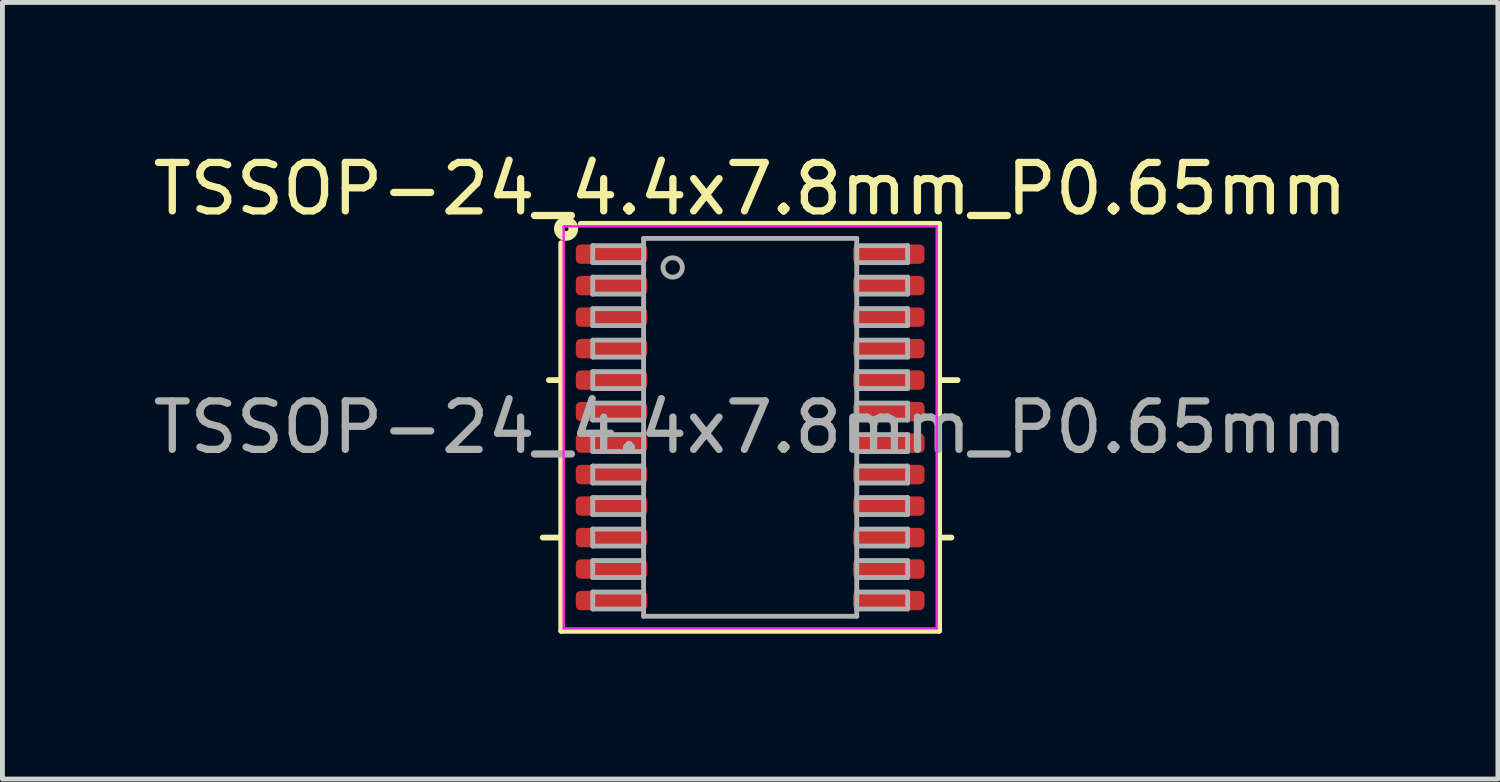
<source format=kicad_pcb>
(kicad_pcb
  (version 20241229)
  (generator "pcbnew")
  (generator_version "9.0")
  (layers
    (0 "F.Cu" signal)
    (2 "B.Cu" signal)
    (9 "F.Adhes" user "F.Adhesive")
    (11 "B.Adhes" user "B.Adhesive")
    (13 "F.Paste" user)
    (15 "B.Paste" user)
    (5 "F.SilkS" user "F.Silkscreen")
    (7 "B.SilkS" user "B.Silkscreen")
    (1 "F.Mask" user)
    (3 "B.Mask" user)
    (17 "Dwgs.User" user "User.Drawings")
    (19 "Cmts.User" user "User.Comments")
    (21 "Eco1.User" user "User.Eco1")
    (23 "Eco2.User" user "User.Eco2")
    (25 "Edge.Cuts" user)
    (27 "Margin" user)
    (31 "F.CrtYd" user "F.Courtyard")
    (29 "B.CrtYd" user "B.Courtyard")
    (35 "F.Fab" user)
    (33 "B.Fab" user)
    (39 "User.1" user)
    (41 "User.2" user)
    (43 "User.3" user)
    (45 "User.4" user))
  (footprint "TSSOP-24_4.4x7.8mm_P0.65mm"
    (layer "F.Cu")
    (at 12.435 5.771)
    (property "Reference" "TSSOP-24_4.4x7.8mm_P0.65mm" (at 0 -4.923 0) (layer "F.SilkS") (effects (font (size 1 1) (thickness 0.15))))
    (attr smd)
    (fp_line (start -3.9 -3.8) (end -3.9 4.2) (stroke (width 0.12) (type solid)) (layer "F.SilkS"))
    (fp_line (start -3.9 -0.975) (end -4.154 -0.975) (stroke (width 0.12) (type solid)) (layer "F.SilkS"))
    (fp_line (start -3.9 2.275) (end -4.281 2.275) (stroke (width 0.12) (type solid)) (layer "F.SilkS"))
    (fp_line (start -3.9 4.2) (end 3.9 4.2) (stroke (width 0.12) (type solid)) (layer "F.SilkS"))
    (fp_line (start 3.9 -4.2) (end -3.5 -4.2) (stroke (width 0.12) (type solid)) (layer "F.SilkS"))
    (fp_line (start 3.9 -0.975) (end 4.281 -0.975) (stroke (width 0.12) (type solid)) (layer "F.SilkS"))
    (fp_line (start 3.9 2.275) (end 4.154 2.275) (stroke (width 0.12) (type solid)) (layer "F.SilkS"))
    (fp_line (start 3.9 4.2) (end 3.9 -4.2) (stroke (width 0.12) (type solid)) (layer "F.SilkS"))
    (fp_circle (center -3.8 -4.1) (end -3.75 -4.1) (stroke (width 0.2) (type solid)) (fill no) (layer "F.SilkS"))
    (fp_line (start -3.85 -4.15) (end -3.85 4.15) (stroke (width 0.05) (type solid)) (layer "F.CrtYd"))
    (fp_line (start -3.85 4.15) (end 3.85 4.15) (stroke (width 0.05) (type solid)) (layer "F.CrtYd"))
    (fp_line (start 3.85 -4.15) (end -3.85 -4.15) (stroke (width 0.05) (type solid)) (layer "F.CrtYd"))
    (fp_line (start 3.85 4.15) (end 3.85 -4.15) (stroke (width 0.05) (type solid)) (layer "F.CrtYd"))
    (fp_line (start -3.25 -3.75) (end -3.25 -3.4) (stroke (width 0.1) (type solid)) (layer "F.Fab"))
    (fp_line (start -3.25 -3.75) (end -2.2 -3.75) (stroke (width 0.1) (type solid)) (layer "F.Fab"))
    (fp_line (start -3.25 -3.4) (end -2.2 -3.4) (stroke (width 0.1) (type solid)) (layer "F.Fab"))
    (fp_line (start -3.25 -3.1) (end -3.25 -2.75) (stroke (width 0.1) (type solid)) (layer "F.Fab"))
    (fp_line (start -3.25 -3.1) (end -2.2 -3.1) (stroke (width 0.1) (type solid)) (layer "F.Fab"))
    (fp_line (start -3.25 -2.75) (end -2.2 -2.75) (stroke (width 0.1) (type solid)) (layer "F.Fab"))
    (fp_line (start -3.25 -2.45) (end -3.25 -2.1) (stroke (width 0.1) (type solid)) (layer "F.Fab"))
    (fp_line (start -3.25 -2.45) (end -2.2 -2.45) (stroke (width 0.1) (type solid)) (layer "F.Fab"))
    (fp_line (start -3.25 -2.1) (end -2.2 -2.1) (stroke (width 0.1) (type solid)) (layer "F.Fab"))
    (fp_line (start -3.25 -1.8) (end -3.25 -1.45) (stroke (width 0.1) (type solid)) (layer "F.Fab"))
    (fp_line (start -3.25 -1.8) (end -2.2 -1.8) (stroke (width 0.1) (type solid)) (layer "F.Fab"))
    (fp_line (start -3.25 -1.45) (end -2.2 -1.45) (stroke (width 0.1) (type solid)) (layer "F.Fab"))
    (fp_line (start -3.25 -1.15) (end -3.25 -0.8) (stroke (width 0.1) (type solid)) (layer "F.Fab"))
    (fp_line (start -3.25 -1.15) (end -2.2 -1.15) (stroke (width 0.1) (type solid)) (layer "F.Fab"))
    (fp_line (start -3.25 -0.8) (end -2.2 -0.8) (stroke (width 0.1) (type solid)) (layer "F.Fab"))
    (fp_line (start -3.25 -0.5) (end -3.25 -0.15) (stroke (width 0.1) (type solid)) (layer "F.Fab"))
    (fp_line (start -3.25 -0.5) (end -2.2 -0.5) (stroke (width 0.1) (type solid)) (layer "F.Fab"))
    (fp_line (start -3.25 -0.15) (end -2.2 -0.15) (stroke (width 0.1) (type solid)) (layer "F.Fab"))
    (fp_line (start -3.25 0.15) (end -3.25 0.5) (stroke (width 0.1) (type solid)) (layer "F.Fab"))
    (fp_line (start -3.25 0.15) (end -2.2 0.15) (stroke (width 0.1) (type solid)) (layer "F.Fab"))
    (fp_line (start -3.25 0.5) (end -2.2 0.5) (stroke (width 0.1) (type solid)) (layer "F.Fab"))
    (fp_line (start -3.25 0.8) (end -3.25 1.15) (stroke (width 0.1) (type solid)) (layer "F.Fab"))
    (fp_line (start -3.25 0.8) (end -2.2 0.8) (stroke (width 0.1) (type solid)) (layer "F.Fab"))
    (fp_line (start -3.25 1.15) (end -2.2 1.15) (stroke (width 0.1) (type solid)) (layer "F.Fab"))
    (fp_line (start -3.25 1.45) (end -3.25 1.8) (stroke (width 0.1) (type solid)) (layer "F.Fab"))
    (fp_line (start -3.25 1.45) (end -2.2 1.45) (stroke (width 0.1) (type solid)) (layer "F.Fab"))
    (fp_line (start -3.25 1.8) (end -2.2 1.8) (stroke (width 0.1) (type solid)) (layer "F.Fab"))
    (fp_line (start -3.25 2.1) (end -3.25 2.45) (stroke (width 0.1) (type solid)) (layer "F.Fab"))
    (fp_line (start -3.25 2.1) (end -2.2 2.1) (stroke (width 0.1) (type solid)) (layer "F.Fab"))
    (fp_line (start -3.25 2.45) (end -2.2 2.45) (stroke (width 0.1) (type solid)) (layer "F.Fab"))
    (fp_line (start -3.25 2.75) (end -3.25 3.1) (stroke (width 0.1) (type solid)) (layer "F.Fab"))
    (fp_line (start -3.25 2.75) (end -2.2 2.75) (stroke (width 0.1) (type solid)) (layer "F.Fab"))
    (fp_line (start -3.25 3.1) (end -2.2 3.1) (stroke (width 0.1) (type solid)) (layer "F.Fab"))
    (fp_line (start -3.25 3.4) (end -3.25 3.75) (stroke (width 0.1) (type solid)) (layer "F.Fab"))
    (fp_line (start -3.25 3.4) (end -2.2 3.4) (stroke (width 0.1) (type solid)) (layer "F.Fab"))
    (fp_line (start -3.25 3.75) (end -2.2 3.75) (stroke (width 0.1) (type solid)) (layer "F.Fab"))
    (fp_line (start -2.2 -3.9) (end 2.2 -3.9) (stroke (width 0.1) (type solid)) (layer "F.Fab"))
    (fp_line (start -2.2 3.9) (end -2.2 -3.9) (stroke (width 0.1) (type solid)) (layer "F.Fab"))
    (fp_line (start 2.2 -3.9) (end 2.2 3.9) (stroke (width 0.1) (type solid)) (layer "F.Fab"))
    (fp_line (start 2.2 3.9) (end -2.2 3.9) (stroke (width 0.1) (type solid)) (layer "F.Fab"))
    (fp_line (start 3.25 -3.75) (end 2.2 -3.75) (stroke (width 0.1) (type solid)) (layer "F.Fab"))
    (fp_line (start 3.25 -3.4) (end 2.2 -3.4) (stroke (width 0.1) (type solid)) (layer "F.Fab"))
    (fp_line (start 3.25 -3.4) (end 3.25 -3.75) (stroke (width 0.1) (type solid)) (layer "F.Fab"))
    (fp_line (start 3.25 -3.1) (end 2.2 -3.1) (stroke (width 0.1) (type solid)) (layer "F.Fab"))
    (fp_line (start 3.25 -2.75) (end 2.2 -2.75) (stroke (width 0.1) (type solid)) (layer "F.Fab"))
    (fp_line (start 3.25 -2.75) (end 3.25 -3.1) (stroke (width 0.1) (type solid)) (layer "F.Fab"))
    (fp_line (start 3.25 -2.45) (end 2.2 -2.45) (stroke (width 0.1) (type solid)) (layer "F.Fab"))
    (fp_line (start 3.25 -2.1) (end 2.2 -2.1) (stroke (width 0.1) (type solid)) (layer "F.Fab"))
    (fp_line (start 3.25 -2.1) (end 3.25 -2.45) (stroke (width 0.1) (type solid)) (layer "F.Fab"))
    (fp_line (start 3.25 -1.8) (end 2.2 -1.8) (stroke (width 0.1) (type solid)) (layer "F.Fab"))
    (fp_line (start 3.25 -1.45) (end 2.2 -1.45) (stroke (width 0.1) (type solid)) (layer "F.Fab"))
    (fp_line (start 3.25 -1.45) (end 3.25 -1.8) (stroke (width 0.1) (type solid)) (layer "F.Fab"))
    (fp_line (start 3.25 -1.15) (end 2.2 -1.15) (stroke (width 0.1) (type solid)) (layer "F.Fab"))
    (fp_line (start 3.25 -0.8) (end 2.2 -0.8) (stroke (width 0.1) (type solid)) (layer "F.Fab"))
    (fp_line (start 3.25 -0.8) (end 3.25 -1.15) (stroke (width 0.1) (type solid)) (layer "F.Fab"))
    (fp_line (start 3.25 -0.5) (end 2.2 -0.5) (stroke (width 0.1) (type solid)) (layer "F.Fab"))
    (fp_line (start 3.25 -0.15) (end 2.2 -0.15) (stroke (width 0.1) (type solid)) (layer "F.Fab"))
    (fp_line (start 3.25 -0.15) (end 3.25 -0.5) (stroke (width 0.1) (type solid)) (layer "F.Fab"))
    (fp_line (start 3.25 0.15) (end 2.2 0.15) (stroke (width 0.1) (type solid)) (layer "F.Fab"))
    (fp_line (start 3.25 0.5) (end 2.2 0.5) (stroke (width 0.1) (type solid)) (layer "F.Fab"))
    (fp_line (start 3.25 0.5) (end 3.25 0.15) (stroke (width 0.1) (type solid)) (layer "F.Fab"))
    (fp_line (start 3.25 0.8) (end 2.2 0.8) (stroke (width 0.1) (type solid)) (layer "F.Fab"))
    (fp_line (start 3.25 1.15) (end 2.2 1.15) (stroke (width 0.1) (type solid)) (layer "F.Fab"))
    (fp_line (start 3.25 1.15) (end 3.25 0.8) (stroke (width 0.1) (type solid)) (layer "F.Fab"))
    (fp_line (start 3.25 1.45) (end 2.2 1.45) (stroke (width 0.1) (type solid)) (layer "F.Fab"))
    (fp_line (start 3.25 1.8) (end 2.2 1.8) (stroke (width 0.1) (type solid)) (layer "F.Fab"))
    (fp_line (start 3.25 1.8) (end 3.25 1.45) (stroke (width 0.1) (type solid)) (layer "F.Fab"))
    (fp_line (start 3.25 2.1) (end 2.2 2.1) (stroke (width 0.1) (type solid)) (layer "F.Fab"))
    (fp_line (start 3.25 2.45) (end 2.2 2.45) (stroke (width 0.1) (type solid)) (layer "F.Fab"))
    (fp_line (start 3.25 2.45) (end 3.25 2.1) (stroke (width 0.1) (type solid)) (layer "F.Fab"))
    (fp_line (start 3.25 2.75) (end 2.2 2.75) (stroke (width 0.1) (type solid)) (layer "F.Fab"))
    (fp_line (start 3.25 3.1) (end 2.2 3.1) (stroke (width 0.1) (type solid)) (layer "F.Fab"))
    (fp_line (start 3.25 3.1) (end 3.25 2.75) (stroke (width 0.1) (type solid)) (layer "F.Fab"))
    (fp_line (start 3.25 3.4) (end 2.2 3.4) (stroke (width 0.1) (type solid)) (layer "F.Fab"))
    (fp_line (start 3.25 3.75) (end 2.2 3.75) (stroke (width 0.1) (type solid)) (layer "F.Fab"))
    (fp_line (start 3.25 3.75) (end 3.25 3.4) (stroke (width 0.1) (type solid)) (layer "F.Fab"))
    (fp_circle (center -1.6 -3.3) (end -1.4 -3.3) (stroke (width 0.1) (type solid)) (fill no) (layer "F.Fab"))
    (fp_text user "${REFERENCE}" (at 0 0 0) (layer "F.Fab") (effects (font (size 1 1) (thickness 0.15))))
    (pad "1" smd roundrect (at -2.862 -3.575) (size 1.475 0.4) (layers "F.Cu" "F.Mask" "F.Paste") (roundrect_rratio 0.25))
    (pad "2" smd roundrect (at -2.862 -2.925) (size 1.475 0.4) (layers "F.Cu" "F.Mask" "F.Paste") (roundrect_rratio 0.25))
    (pad "3" smd roundrect (at -2.862 -2.275) (size 1.475 0.4) (layers "F.Cu" "F.Mask" "F.Paste") (roundrect_rratio 0.25))
    (pad "4" smd roundrect (at -2.862 -1.625) (size 1.475 0.4) (layers "F.Cu" "F.Mask" "F.Paste") (roundrect_rratio 0.25))
    (pad "5" smd roundrect (at -2.862 -0.975) (size 1.475 0.4) (layers "F.Cu" "F.Mask" "F.Paste") (roundrect_rratio 0.25))
    (pad "6" smd roundrect (at -2.862 -0.325) (size 1.475 0.4) (layers "F.Cu" "F.Mask" "F.Paste") (roundrect_rratio 0.25))
    (pad "7" smd roundrect (at -2.862 0.325) (size 1.475 0.4) (layers "F.Cu" "F.Mask" "F.Paste") (roundrect_rratio 0.25))
    (pad "8" smd roundrect (at -2.862 0.975) (size 1.475 0.4) (layers "F.Cu" "F.Mask" "F.Paste") (roundrect_rratio 0.25))
    (pad "9" smd roundrect (at -2.862 1.625) (size 1.475 0.4) (layers "F.Cu" "F.Mask" "F.Paste") (roundrect_rratio 0.25))
    (pad "10" smd roundrect (at -2.862 2.275) (size 1.475 0.4) (layers "F.Cu" "F.Mask" "F.Paste") (roundrect_rratio 0.25))
    (pad "11" smd roundrect (at -2.862 2.925) (size 1.475 0.4) (layers "F.Cu" "F.Mask" "F.Paste") (roundrect_rratio 0.25))
    (pad "12" smd roundrect (at -2.862 3.575) (size 1.475 0.4) (layers "F.Cu" "F.Mask" "F.Paste") (roundrect_rratio 0.25))
    (pad "13" smd roundrect (at 2.862 3.575) (size 1.475 0.4) (layers "F.Cu" "F.Mask" "F.Paste") (roundrect_rratio 0.25))
    (pad "14" smd roundrect (at 2.862 2.925) (size 1.475 0.4) (layers "F.Cu" "F.Mask" "F.Paste") (roundrect_rratio 0.25))
    (pad "15" smd roundrect (at 2.862 2.275) (size 1.475 0.4) (layers "F.Cu" "F.Mask" "F.Paste") (roundrect_rratio 0.25))
    (pad "16" smd roundrect (at 2.862 1.625) (size 1.475 0.4) (layers "F.Cu" "F.Mask" "F.Paste") (roundrect_rratio 0.25))
    (pad "17" smd roundrect (at 2.862 0.975) (size 1.475 0.4) (layers "F.Cu" "F.Mask" "F.Paste") (roundrect_rratio 0.25))
    (pad "18" smd roundrect (at 2.862 0.325) (size 1.475 0.4) (layers "F.Cu" "F.Mask" "F.Paste") (roundrect_rratio 0.25))
    (pad "19" smd roundrect (at 2.862 -0.325) (size 1.475 0.4) (layers "F.Cu" "F.Mask" "F.Paste") (roundrect_rratio 0.25))
    (pad "20" smd roundrect (at 2.862 -0.975) (size 1.475 0.4) (layers "F.Cu" "F.Mask" "F.Paste") (roundrect_rratio 0.25))
    (pad "21" smd roundrect (at 2.862 -1.625) (size 1.475 0.4) (layers "F.Cu" "F.Mask" "F.Paste") (roundrect_rratio 0.25))
    (pad "22" smd roundrect (at 2.862 -2.275) (size 1.475 0.4) (layers "F.Cu" "F.Mask" "F.Paste") (roundrect_rratio 0.25))
    (pad "23" smd roundrect (at 2.862 -2.925) (size 1.475 0.4) (layers "F.Cu" "F.Mask" "F.Paste") (roundrect_rratio 0.25))
    (pad "24" smd roundrect (at 2.862 -3.575) (size 1.475 0.4) (layers "F.Cu" "F.Mask" "F.Paste") (roundrect_rratio 0.25)))
  (gr_rect
    (start -3 -3)
    (end 27.869 13.031)
    (stroke (width 0.1) (type default))
    (fill no)
    (layer "Edge.Cuts")))
</source>
